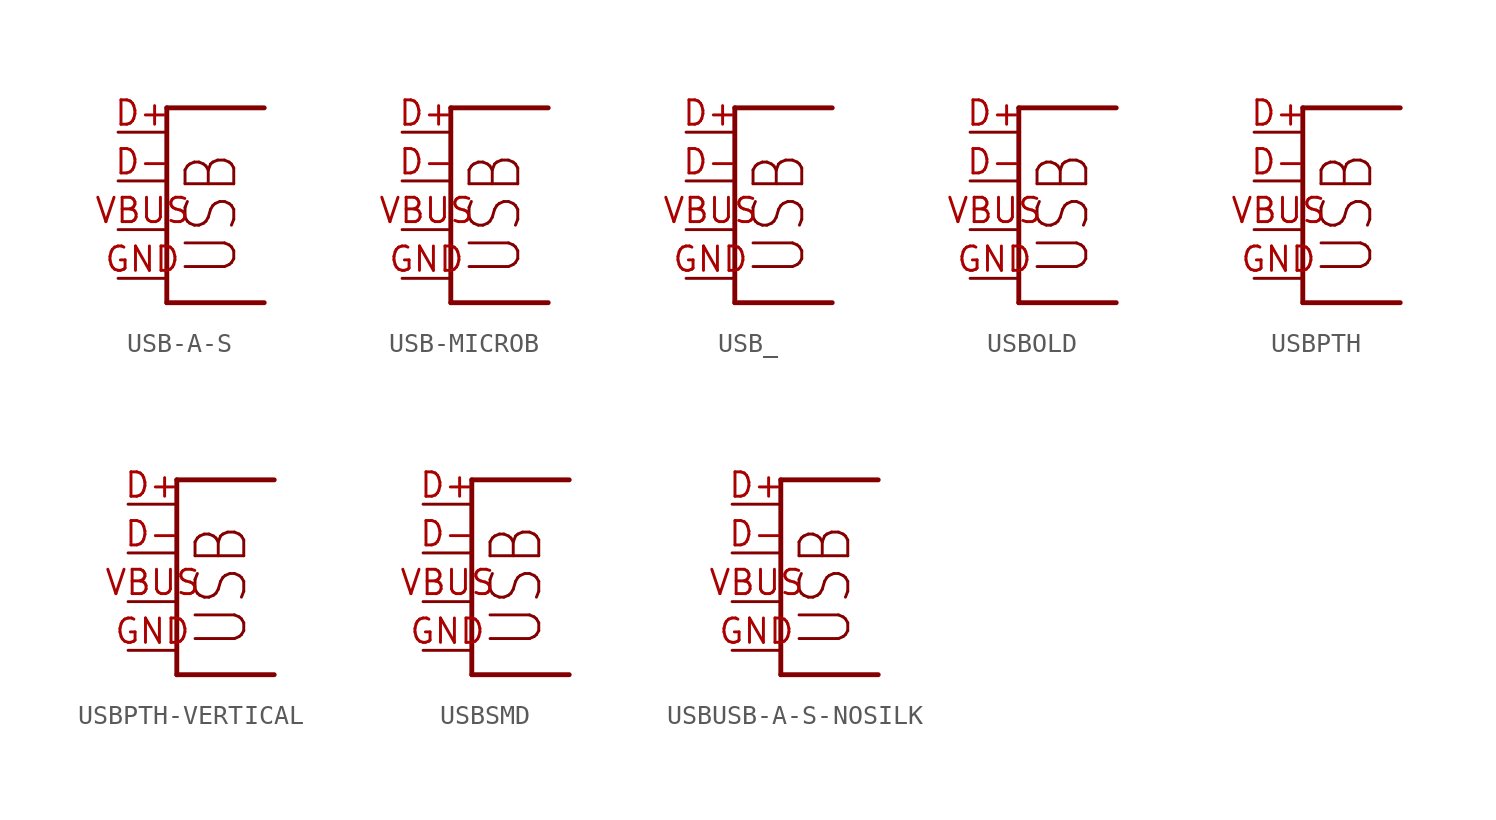
<source format=kicad_sym>
(kicad_symbol_lib
  (version 20211014)
  (generator kicad_symbol_editor)
  (symbol "USB-A-S"
    (property "Reference" "X"
      (at 0 0 0)
      (effects (font (size 1.27 1.27)) hide))
    (property "ki_locked" ""
      (at 0 0 0)
      (effects (font (size 1.27 1.27))))
    (symbol "USB-A-S_1_0"
      (polyline (pts (xy 0 -1.27) (xy 5.08 -1.27)) (stroke (width 0.254) (type default) (color 0 0 0 0)) (fill (type none)))
      (polyline (pts (xy 0 8.89) (xy 0 -1.27)) (stroke (width 0.254) (type default) (color 0 0 0 0)) (fill (type none)))
      (polyline (pts (xy 5.08 8.89) (xy 0 8.89)) (stroke (width 0.254) (type default) (color 0 0 0 0)) (fill (type none)))
      (text "USB" (at 3.81 0 900) (effects (font (size 2.54 2.159)) (justify left bottom)))
      (pin bidirectional line (at -2.54 7.62 0) (length 2.54) (name "D+" (effects (font (size 0 0)))) (number "D+" (effects (font (size 1.27 1.27)))))
      (pin bidirectional line (at -2.54 5.08 0) (length 2.54) (name "D-" (effects (font (size 0 0)))) (number "D-" (effects (font (size 1.27 1.27)))))
      (pin bidirectional line (at -2.54 0 0) (length 2.54) (name "GND" (effects (font (size 0 0)))) (number "GND" (effects (font (size 1.27 1.27)))))
      (pin bidirectional line (at -2.54 2.54 0) (length 2.54) (name "VBUS" (effects (font (size 0 0)))) (number "VBUS" (effects (font (size 1.27 1.27)))))))
  (symbol "USB-MICROB"
    (property "Reference" "X"
      (at 0 0 0)
      (effects (font (size 1.27 1.27)) hide))
    (property "ki_locked" ""
      (at 0 0 0)
      (effects (font (size 1.27 1.27))))
    (symbol "USB-MICROB_1_0"
      (polyline (pts (xy 0 -1.27) (xy 5.08 -1.27)) (stroke (width 0.254) (type default) (color 0 0 0 0)) (fill (type none)))
      (polyline (pts (xy 0 8.89) (xy 0 -1.27)) (stroke (width 0.254) (type default) (color 0 0 0 0)) (fill (type none)))
      (polyline (pts (xy 5.08 8.89) (xy 0 8.89)) (stroke (width 0.254) (type default) (color 0 0 0 0)) (fill (type none)))
      (text "USB" (at 3.81 0 900) (effects (font (size 2.54 2.159)) (justify left bottom)))
      (pin bidirectional line (at -2.54 7.62 0) (length 2.54) (name "D+" (effects (font (size 0 0)))) (number "D+" (effects (font (size 1.27 1.27)))))
      (pin bidirectional line (at -2.54 5.08 0) (length 2.54) (name "D-" (effects (font (size 0 0)))) (number "D-" (effects (font (size 1.27 1.27)))))
      (pin bidirectional line (at -2.54 0 0) (length 2.54) (name "GND" (effects (font (size 0 0)))) (number "GND" (effects (font (size 1.27 1.27)))))
      (pin bidirectional line (at -2.54 2.54 0) (length 2.54) (name "VBUS" (effects (font (size 0 0)))) (number "VBUS" (effects (font (size 1.27 1.27)))))))
  (symbol "USB_"
    (property "Reference" "X"
      (at 0 0 0)
      (effects (font (size 1.27 1.27)) hide))
    (property "ki_locked" ""
      (at 0 0 0)
      (effects (font (size 1.27 1.27))))
    (symbol "USB__1_0"
      (polyline (pts (xy 0 -1.27) (xy 5.08 -1.27)) (stroke (width 0.254) (type default) (color 0 0 0 0)) (fill (type none)))
      (polyline (pts (xy 0 8.89) (xy 0 -1.27)) (stroke (width 0.254) (type default) (color 0 0 0 0)) (fill (type none)))
      (polyline (pts (xy 5.08 8.89) (xy 0 8.89)) (stroke (width 0.254) (type default) (color 0 0 0 0)) (fill (type none)))
      (text "USB" (at 3.81 0 900) (effects (font (size 2.54 2.159)) (justify left bottom)))
      (pin bidirectional line (at -2.54 7.62 0) (length 2.54) (name "D+" (effects (font (size 0 0)))) (number "D+" (effects (font (size 1.27 1.27)))))
      (pin bidirectional line (at -2.54 5.08 0) (length 2.54) (name "D-" (effects (font (size 0 0)))) (number "D-" (effects (font (size 1.27 1.27)))))
      (pin bidirectional line (at -2.54 0 0) (length 2.54) (name "GND" (effects (font (size 0 0)))) (number "GND" (effects (font (size 1.27 1.27)))))
      (pin bidirectional line (at -2.54 2.54 0) (length 2.54) (name "VBUS" (effects (font (size 0 0)))) (number "VBUS" (effects (font (size 1.27 1.27)))))))
  (symbol "USBOLD"
    (property "Reference" "X"
      (at 0 0 0)
      (effects (font (size 1.27 1.27)) hide))
    (property "ki_locked" ""
      (at 0 0 0)
      (effects (font (size 1.27 1.27))))
    (symbol "USBOLD_1_0"
      (polyline (pts (xy 0 -1.27) (xy 5.08 -1.27)) (stroke (width 0.254) (type default) (color 0 0 0 0)) (fill (type none)))
      (polyline (pts (xy 0 8.89) (xy 0 -1.27)) (stroke (width 0.254) (type default) (color 0 0 0 0)) (fill (type none)))
      (polyline (pts (xy 5.08 8.89) (xy 0 8.89)) (stroke (width 0.254) (type default) (color 0 0 0 0)) (fill (type none)))
      (text "USB" (at 3.81 0 900) (effects (font (size 2.54 2.159)) (justify left bottom)))
      (pin bidirectional line (at -2.54 7.62 0) (length 2.54) (name "D+" (effects (font (size 0 0)))) (number "D+" (effects (font (size 1.27 1.27)))))
      (pin bidirectional line (at -2.54 5.08 0) (length 2.54) (name "D-" (effects (font (size 0 0)))) (number "D-" (effects (font (size 1.27 1.27)))))
      (pin bidirectional line (at -2.54 0 0) (length 2.54) (name "GND" (effects (font (size 0 0)))) (number "GND" (effects (font (size 1.27 1.27)))))
      (pin bidirectional line (at -2.54 2.54 0) (length 2.54) (name "VBUS" (effects (font (size 0 0)))) (number "VBUS" (effects (font (size 1.27 1.27)))))))
  (symbol "USBPTH"
    (property "Reference" "X"
      (at 0 0 0)
      (effects (font (size 1.27 1.27)) hide))
    (property "ki_locked" ""
      (at 0 0 0)
      (effects (font (size 1.27 1.27))))
    (symbol "USBPTH_1_0"
      (polyline (pts (xy 0 -1.27) (xy 5.08 -1.27)) (stroke (width 0.254) (type default) (color 0 0 0 0)) (fill (type none)))
      (polyline (pts (xy 0 8.89) (xy 0 -1.27)) (stroke (width 0.254) (type default) (color 0 0 0 0)) (fill (type none)))
      (polyline (pts (xy 5.08 8.89) (xy 0 8.89)) (stroke (width 0.254) (type default) (color 0 0 0 0)) (fill (type none)))
      (text "USB" (at 3.81 0 900) (effects (font (size 2.54 2.159)) (justify left bottom)))
      (pin bidirectional line (at -2.54 7.62 0) (length 2.54) (name "D+" (effects (font (size 0 0)))) (number "D+" (effects (font (size 1.27 1.27)))))
      (pin bidirectional line (at -2.54 5.08 0) (length 2.54) (name "D-" (effects (font (size 0 0)))) (number "D-" (effects (font (size 1.27 1.27)))))
      (pin bidirectional line (at -2.54 0 0) (length 2.54) (name "GND" (effects (font (size 0 0)))) (number "GND" (effects (font (size 1.27 1.27)))))
      (pin bidirectional line (at -2.54 2.54 0) (length 2.54) (name "VBUS" (effects (font (size 0 0)))) (number "VBUS" (effects (font (size 1.27 1.27)))))))
  (symbol "USBPTH-VERTICAL"
    (property "Reference" "X"
      (at 0 0 0)
      (effects (font (size 1.27 1.27)) hide))
    (property "ki_locked" ""
      (at 0 0 0)
      (effects (font (size 1.27 1.27))))
    (symbol "USBPTH-VERTICAL_1_0"
      (polyline (pts (xy 0 -1.27) (xy 5.08 -1.27)) (stroke (width 0.254) (type default) (color 0 0 0 0)) (fill (type none)))
      (polyline (pts (xy 0 8.89) (xy 0 -1.27)) (stroke (width 0.254) (type default) (color 0 0 0 0)) (fill (type none)))
      (polyline (pts (xy 5.08 8.89) (xy 0 8.89)) (stroke (width 0.254) (type default) (color 0 0 0 0)) (fill (type none)))
      (text "USB" (at 3.81 0 900) (effects (font (size 2.54 2.159)) (justify left bottom)))
      (pin bidirectional line (at -2.54 7.62 0) (length 2.54) (name "D+" (effects (font (size 0 0)))) (number "D+" (effects (font (size 1.27 1.27)))))
      (pin bidirectional line (at -2.54 5.08 0) (length 2.54) (name "D-" (effects (font (size 0 0)))) (number "D-" (effects (font (size 1.27 1.27)))))
      (pin bidirectional line (at -2.54 0 0) (length 2.54) (name "GND" (effects (font (size 0 0)))) (number "GND" (effects (font (size 1.27 1.27)))))
      (pin bidirectional line (at -2.54 2.54 0) (length 2.54) (name "VBUS" (effects (font (size 0 0)))) (number "VBUS" (effects (font (size 1.27 1.27)))))))
  (symbol "USBSMD"
    (property "Reference" "X"
      (at 0 0 0)
      (effects (font (size 1.27 1.27)) hide))
    (property "ki_locked" ""
      (at 0 0 0)
      (effects (font (size 1.27 1.27))))
    (symbol "USBSMD_1_0"
      (polyline (pts (xy 0 -1.27) (xy 5.08 -1.27)) (stroke (width 0.254) (type default) (color 0 0 0 0)) (fill (type none)))
      (polyline (pts (xy 0 8.89) (xy 0 -1.27)) (stroke (width 0.254) (type default) (color 0 0 0 0)) (fill (type none)))
      (polyline (pts (xy 5.08 8.89) (xy 0 8.89)) (stroke (width 0.254) (type default) (color 0 0 0 0)) (fill (type none)))
      (text "USB" (at 3.81 0 900) (effects (font (size 2.54 2.159)) (justify left bottom)))
      (pin bidirectional line (at -2.54 7.62 0) (length 2.54) (name "D+" (effects (font (size 0 0)))) (number "D+" (effects (font (size 1.27 1.27)))))
      (pin bidirectional line (at -2.54 5.08 0) (length 2.54) (name "D-" (effects (font (size 0 0)))) (number "D-" (effects (font (size 1.27 1.27)))))
      (pin bidirectional line (at -2.54 0 0) (length 2.54) (name "GND" (effects (font (size 0 0)))) (number "GND" (effects (font (size 1.27 1.27)))))
      (pin bidirectional line (at -2.54 2.54 0) (length 2.54) (name "VBUS" (effects (font (size 0 0)))) (number "VBUS" (effects (font (size 1.27 1.27)))))))
  (symbol "USBUSB-A-S-NOSILK"
    (property "Reference" "X"
      (at 0 0 0)
      (effects (font (size 1.27 1.27)) hide))
    (property "ki_locked" ""
      (at 0 0 0)
      (effects (font (size 1.27 1.27))))
    (symbol "USBUSB-A-S-NOSILK_1_0"
      (polyline (pts (xy 0 -1.27) (xy 5.08 -1.27)) (stroke (width 0.254) (type default) (color 0 0 0 0)) (fill (type none)))
      (polyline (pts (xy 0 8.89) (xy 0 -1.27)) (stroke (width 0.254) (type default) (color 0 0 0 0)) (fill (type none)))
      (polyline (pts (xy 5.08 8.89) (xy 0 8.89)) (stroke (width 0.254) (type default) (color 0 0 0 0)) (fill (type none)))
      (text "USB" (at 3.81 0 900) (effects (font (size 2.54 2.159)) (justify left bottom)))
      (pin bidirectional line (at -2.54 7.62 0) (length 2.54) (name "D+" (effects (font (size 0 0)))) (number "D+" (effects (font (size 1.27 1.27)))))
      (pin bidirectional line (at -2.54 5.08 0) (length 2.54) (name "D-" (effects (font (size 0 0)))) (number "D-" (effects (font (size 1.27 1.27)))))
      (pin bidirectional line (at -2.54 0 0) (length 2.54) (name "GND" (effects (font (size 0 0)))) (number "GND" (effects (font (size 1.27 1.27)))))
      (pin bidirectional line (at -2.54 2.54 0) (length 2.54) (name "VBUS" (effects (font (size 0 0)))) (number "VBUS" (effects (font (size 1.27 1.27))))))))
</source>
